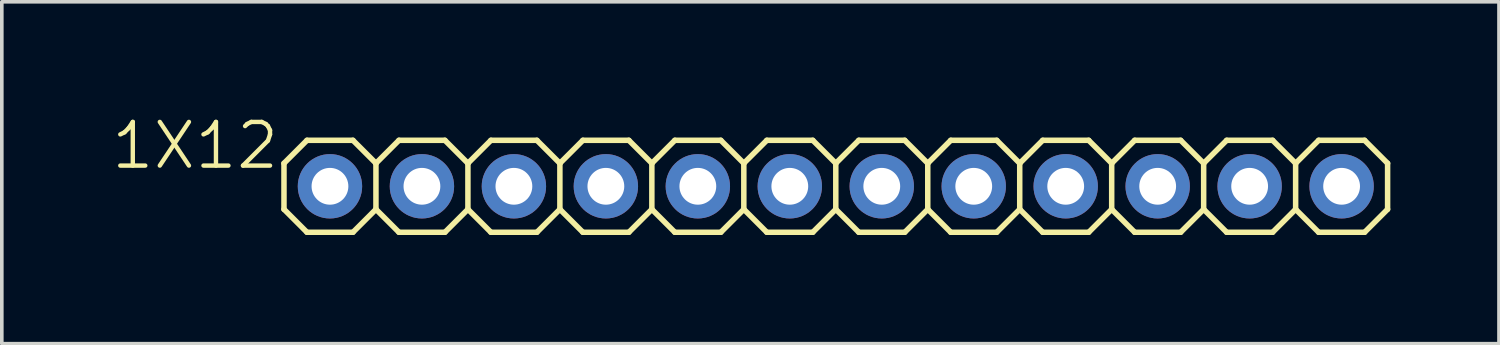
<source format=kicad_pcb>
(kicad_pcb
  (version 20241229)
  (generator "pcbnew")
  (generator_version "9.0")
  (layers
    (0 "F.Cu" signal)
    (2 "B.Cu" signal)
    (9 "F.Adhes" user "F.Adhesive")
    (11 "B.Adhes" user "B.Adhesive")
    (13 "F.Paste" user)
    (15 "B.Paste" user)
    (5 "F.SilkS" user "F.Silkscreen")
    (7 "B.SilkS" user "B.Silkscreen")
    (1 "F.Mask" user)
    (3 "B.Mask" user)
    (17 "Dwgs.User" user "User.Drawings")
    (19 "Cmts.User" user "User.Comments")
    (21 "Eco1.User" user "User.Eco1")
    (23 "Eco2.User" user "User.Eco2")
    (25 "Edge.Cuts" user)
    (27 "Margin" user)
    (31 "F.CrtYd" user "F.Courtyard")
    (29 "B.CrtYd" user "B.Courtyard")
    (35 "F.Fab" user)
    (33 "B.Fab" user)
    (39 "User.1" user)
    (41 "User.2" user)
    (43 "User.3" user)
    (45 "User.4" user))
  (footprint "1X12"
    (layer "F.Cu")
    (at 20.033 2.095)
    (property "Reference" "1X12" (at -15.316 -1.829 180) (layer "F.SilkS") (effects (font (size 1.206 1.206) (thickness 0.121)) (justify right top)))
    (attr through_hole)
    (fp_line (start -15.24 -0.635) (end -15.24 0.635) (stroke (width 0.152) (type solid)) (layer "F.SilkS"))
    (fp_line (start -15.24 0.635) (end -14.605 1.27) (stroke (width 0.152) (type solid)) (layer "F.SilkS"))
    (fp_line (start -14.605 -1.27) (end -15.24 -0.635) (stroke (width 0.152) (type solid)) (layer "F.SilkS"))
    (fp_line (start -14.605 -1.27) (end -13.335 -1.27) (stroke (width 0.152) (type solid)) (layer "F.SilkS"))
    (fp_line (start -13.335 -1.27) (end -12.7 -0.635) (stroke (width 0.152) (type solid)) (layer "F.SilkS"))
    (fp_line (start -13.335 1.27) (end -14.605 1.27) (stroke (width 0.152) (type solid)) (layer "F.SilkS"))
    (fp_line (start -12.7 -0.635) (end -12.7 0.635) (stroke (width 0.152) (type solid)) (layer "F.SilkS"))
    (fp_line (start -12.7 -0.635) (end -12.065 -1.27) (stroke (width 0.152) (type solid)) (layer "F.SilkS"))
    (fp_line (start -12.7 0.635) (end -13.335 1.27) (stroke (width 0.152) (type solid)) (layer "F.SilkS"))
    (fp_line (start -12.065 -1.27) (end -10.795 -1.27) (stroke (width 0.152) (type solid)) (layer "F.SilkS"))
    (fp_line (start -12.065 1.27) (end -12.7 0.635) (stroke (width 0.152) (type solid)) (layer "F.SilkS"))
    (fp_line (start -10.795 -1.27) (end -10.16 -0.635) (stroke (width 0.152) (type solid)) (layer "F.SilkS"))
    (fp_line (start -10.795 1.27) (end -12.065 1.27) (stroke (width 0.152) (type solid)) (layer "F.SilkS"))
    (fp_line (start -10.16 -0.635) (end -10.16 0.635) (stroke (width 0.152) (type solid)) (layer "F.SilkS"))
    (fp_line (start -10.16 -0.635) (end -9.525 -1.27) (stroke (width 0.152) (type solid)) (layer "F.SilkS"))
    (fp_line (start -10.16 0.635) (end -10.795 1.27) (stroke (width 0.152) (type solid)) (layer "F.SilkS"))
    (fp_line (start -9.525 -1.27) (end -8.255 -1.27) (stroke (width 0.152) (type solid)) (layer "F.SilkS"))
    (fp_line (start -9.525 1.27) (end -10.16 0.635) (stroke (width 0.152) (type solid)) (layer "F.SilkS"))
    (fp_line (start -8.255 -1.27) (end -7.62 -0.635) (stroke (width 0.152) (type solid)) (layer "F.SilkS"))
    (fp_line (start -8.255 1.27) (end -9.525 1.27) (stroke (width 0.152) (type solid)) (layer "F.SilkS"))
    (fp_line (start -7.62 -0.635) (end -7.62 0.635) (stroke (width 0.152) (type solid)) (layer "F.SilkS"))
    (fp_line (start -7.62 0.635) (end -8.255 1.27) (stroke (width 0.152) (type solid)) (layer "F.SilkS"))
    (fp_line (start -7.62 0.635) (end -6.985 1.27) (stroke (width 0.152) (type solid)) (layer "F.SilkS"))
    (fp_line (start -6.985 -1.27) (end -7.62 -0.635) (stroke (width 0.152) (type solid)) (layer "F.SilkS"))
    (fp_line (start -6.985 -1.27) (end -5.715 -1.27) (stroke (width 0.152) (type solid)) (layer "F.SilkS"))
    (fp_line (start -5.715 -1.27) (end -5.08 -0.635) (stroke (width 0.152) (type solid)) (layer "F.SilkS"))
    (fp_line (start -5.715 1.27) (end -6.985 1.27) (stroke (width 0.152) (type solid)) (layer "F.SilkS"))
    (fp_line (start -5.08 -0.635) (end -5.08 0.635) (stroke (width 0.152) (type solid)) (layer "F.SilkS"))
    (fp_line (start -5.08 -0.635) (end -4.445 -1.27) (stroke (width 0.152) (type solid)) (layer "F.SilkS"))
    (fp_line (start -5.08 0.635) (end -5.715 1.27) (stroke (width 0.152) (type solid)) (layer "F.SilkS"))
    (fp_line (start -4.445 -1.27) (end -3.175 -1.27) (stroke (width 0.152) (type solid)) (layer "F.SilkS"))
    (fp_line (start -4.445 1.27) (end -5.08 0.635) (stroke (width 0.152) (type solid)) (layer "F.SilkS"))
    (fp_line (start -3.175 -1.27) (end -2.54 -0.635) (stroke (width 0.152) (type solid)) (layer "F.SilkS"))
    (fp_line (start -3.175 1.27) (end -4.445 1.27) (stroke (width 0.152) (type solid)) (layer "F.SilkS"))
    (fp_line (start -2.54 -0.635) (end -2.54 0.635) (stroke (width 0.152) (type solid)) (layer "F.SilkS"))
    (fp_line (start -2.54 -0.635) (end -1.905 -1.27) (stroke (width 0.152) (type solid)) (layer "F.SilkS"))
    (fp_line (start -2.54 0.635) (end -3.175 1.27) (stroke (width 0.152) (type solid)) (layer "F.SilkS"))
    (fp_line (start -1.905 -1.27) (end -0.635 -1.27) (stroke (width 0.152) (type solid)) (layer "F.SilkS"))
    (fp_line (start -1.905 1.27) (end -2.54 0.635) (stroke (width 0.152) (type solid)) (layer "F.SilkS"))
    (fp_line (start -0.635 -1.27) (end 0 -0.635) (stroke (width 0.152) (type solid)) (layer "F.SilkS"))
    (fp_line (start -0.635 1.27) (end -1.905 1.27) (stroke (width 0.152) (type solid)) (layer "F.SilkS"))
    (fp_line (start 0 -0.635) (end 0 0.635) (stroke (width 0.152) (type solid)) (layer "F.SilkS"))
    (fp_line (start 0 0.635) (end -0.635 1.27) (stroke (width 0.152) (type solid)) (layer "F.SilkS"))
    (fp_line (start 0 0.635) (end 0.635 1.27) (stroke (width 0.152) (type solid)) (layer "F.SilkS"))
    (fp_line (start 0.635 -1.27) (end 0 -0.635) (stroke (width 0.152) (type solid)) (layer "F.SilkS"))
    (fp_line (start 0.635 -1.27) (end 1.905 -1.27) (stroke (width 0.152) (type solid)) (layer "F.SilkS"))
    (fp_line (start 1.905 -1.27) (end 2.54 -0.635) (stroke (width 0.152) (type solid)) (layer "F.SilkS"))
    (fp_line (start 1.905 1.27) (end 0.635 1.27) (stroke (width 0.152) (type solid)) (layer "F.SilkS"))
    (fp_line (start 2.54 -0.635) (end 2.54 0.635) (stroke (width 0.152) (type solid)) (layer "F.SilkS"))
    (fp_line (start 2.54 -0.635) (end 3.175 -1.27) (stroke (width 0.152) (type solid)) (layer "F.SilkS"))
    (fp_line (start 2.54 0.635) (end 1.905 1.27) (stroke (width 0.152) (type solid)) (layer "F.SilkS"))
    (fp_line (start 3.175 -1.27) (end 4.445 -1.27) (stroke (width 0.152) (type solid)) (layer "F.SilkS"))
    (fp_line (start 3.175 1.27) (end 2.54 0.635) (stroke (width 0.152) (type solid)) (layer "F.SilkS"))
    (fp_line (start 4.445 -1.27) (end 5.08 -0.635) (stroke (width 0.152) (type solid)) (layer "F.SilkS"))
    (fp_line (start 4.445 1.27) (end 3.175 1.27) (stroke (width 0.152) (type solid)) (layer "F.SilkS"))
    (fp_line (start 5.08 -0.635) (end 5.08 0.635) (stroke (width 0.152) (type solid)) (layer "F.SilkS"))
    (fp_line (start 5.08 -0.635) (end 5.715 -1.27) (stroke (width 0.152) (type solid)) (layer "F.SilkS"))
    (fp_line (start 5.08 0.635) (end 4.445 1.27) (stroke (width 0.152) (type solid)) (layer "F.SilkS"))
    (fp_line (start 5.715 -1.27) (end 6.985 -1.27) (stroke (width 0.152) (type solid)) (layer "F.SilkS"))
    (fp_line (start 5.715 1.27) (end 5.08 0.635) (stroke (width 0.152) (type solid)) (layer "F.SilkS"))
    (fp_line (start 6.985 -1.27) (end 7.62 -0.635) (stroke (width 0.152) (type solid)) (layer "F.SilkS"))
    (fp_line (start 6.985 1.27) (end 5.715 1.27) (stroke (width 0.152) (type solid)) (layer "F.SilkS"))
    (fp_line (start 7.62 -0.635) (end 7.62 0.635) (stroke (width 0.152) (type solid)) (layer "F.SilkS"))
    (fp_line (start 7.62 0.635) (end 6.985 1.27) (stroke (width 0.152) (type solid)) (layer "F.SilkS"))
    (fp_line (start 7.62 0.635) (end 8.255 1.27) (stroke (width 0.152) (type solid)) (layer "F.SilkS"))
    (fp_line (start 8.255 -1.27) (end 7.62 -0.635) (stroke (width 0.152) (type solid)) (layer "F.SilkS"))
    (fp_line (start 8.255 -1.27) (end 9.525 -1.27) (stroke (width 0.152) (type solid)) (layer "F.SilkS"))
    (fp_line (start 9.525 -1.27) (end 10.16 -0.635) (stroke (width 0.152) (type solid)) (layer "F.SilkS"))
    (fp_line (start 9.525 1.27) (end 8.255 1.27) (stroke (width 0.152) (type solid)) (layer "F.SilkS"))
    (fp_line (start 10.16 -0.635) (end 10.16 0.635) (stroke (width 0.152) (type solid)) (layer "F.SilkS"))
    (fp_line (start 10.16 -0.635) (end 10.795 -1.27) (stroke (width 0.152) (type solid)) (layer "F.SilkS"))
    (fp_line (start 10.16 0.635) (end 9.525 1.27) (stroke (width 0.152) (type solid)) (layer "F.SilkS"))
    (fp_line (start 10.795 -1.27) (end 12.065 -1.27) (stroke (width 0.152) (type solid)) (layer "F.SilkS"))
    (fp_line (start 10.795 1.27) (end 10.16 0.635) (stroke (width 0.152) (type solid)) (layer "F.SilkS"))
    (fp_line (start 12.065 -1.27) (end 12.7 -0.635) (stroke (width 0.152) (type solid)) (layer "F.SilkS"))
    (fp_line (start 12.065 1.27) (end 10.795 1.27) (stroke (width 0.152) (type solid)) (layer "F.SilkS"))
    (fp_line (start 12.7 -0.635) (end 12.7 0.635) (stroke (width 0.152) (type solid)) (layer "F.SilkS"))
    (fp_line (start 12.7 -0.635) (end 13.335 -1.27) (stroke (width 0.152) (type solid)) (layer "F.SilkS"))
    (fp_line (start 12.7 0.635) (end 12.065 1.27) (stroke (width 0.152) (type solid)) (layer "F.SilkS"))
    (fp_line (start 13.335 -1.27) (end 14.605 -1.27) (stroke (width 0.152) (type solid)) (layer "F.SilkS"))
    (fp_line (start 13.335 1.27) (end 12.7 0.635) (stroke (width 0.152) (type solid)) (layer "F.SilkS"))
    (fp_line (start 14.605 -1.27) (end 15.24 -0.635) (stroke (width 0.152) (type solid)) (layer "F.SilkS"))
    (fp_line (start 14.605 1.27) (end 13.335 1.27) (stroke (width 0.152) (type solid)) (layer "F.SilkS"))
    (fp_line (start 15.24 -0.635) (end 15.24 0.635) (stroke (width 0.152) (type solid)) (layer "F.SilkS"))
    (fp_line (start 15.24 0.635) (end 14.605 1.27) (stroke (width 0.152) (type solid)) (layer "F.SilkS"))
    (fp_poly (pts (xy -14.224 0.254) (xy -13.716 0.254) (xy -13.716 -0.254) (xy -14.224 -0.254)) (stroke (width 0.1) (type solid)) (fill no) (layer "F.Fab"))
    (fp_poly (pts (xy -11.684 0.254) (xy -11.176 0.254) (xy -11.176 -0.254) (xy -11.684 -0.254)) (stroke (width 0.1) (type solid)) (fill no) (layer "F.Fab"))
    (fp_poly (pts (xy -9.144 0.254) (xy -8.636 0.254) (xy -8.636 -0.254) (xy -9.144 -0.254)) (stroke (width 0.1) (type solid)) (fill no) (layer "F.Fab"))
    (fp_poly (pts (xy -6.604 0.254) (xy -6.096 0.254) (xy -6.096 -0.254) (xy -6.604 -0.254)) (stroke (width 0.1) (type solid)) (fill no) (layer "F.Fab"))
    (fp_poly (pts (xy -4.064 0.254) (xy -3.556 0.254) (xy -3.556 -0.254) (xy -4.064 -0.254)) (stroke (width 0.1) (type solid)) (fill no) (layer "F.Fab"))
    (fp_poly (pts (xy -1.524 0.254) (xy -1.016 0.254) (xy -1.016 -0.254) (xy -1.524 -0.254)) (stroke (width 0.1) (type solid)) (fill no) (layer "F.Fab"))
    (fp_poly (pts (xy 1.016 0.254) (xy 1.524 0.254) (xy 1.524 -0.254) (xy 1.016 -0.254)) (stroke (width 0.1) (type solid)) (fill no) (layer "F.Fab"))
    (fp_poly (pts (xy 3.556 0.254) (xy 4.064 0.254) (xy 4.064 -0.254) (xy 3.556 -0.254)) (stroke (width 0.1) (type solid)) (fill no) (layer "F.Fab"))
    (fp_poly (pts (xy 6.096 0.254) (xy 6.604 0.254) (xy 6.604 -0.254) (xy 6.096 -0.254)) (stroke (width 0.1) (type solid)) (fill no) (layer "F.Fab"))
    (fp_poly (pts (xy 8.636 0.254) (xy 9.144 0.254) (xy 9.144 -0.254) (xy 8.636 -0.254)) (stroke (width 0.1) (type solid)) (fill no) (layer "F.Fab"))
    (fp_poly (pts (xy 11.176 0.254) (xy 11.684 0.254) (xy 11.684 -0.254) (xy 11.176 -0.254)) (stroke (width 0.1) (type solid)) (fill no) (layer "F.Fab"))
    (fp_poly (pts (xy 13.716 0.254) (xy 14.224 0.254) (xy 14.224 -0.254) (xy 13.716 -0.254)) (stroke (width 0.1) (type solid)) (fill no) (layer "F.Fab"))
    (pad "1" thru_hole circle (at -13.97 0 90) (size 1.778 1.778) (drill 1.016) (layers "*.Cu" "*.Mask"))
    (pad "2" thru_hole circle (at -11.43 0 90) (size 1.778 1.778) (drill 1.016) (layers "*.Cu" "*.Mask"))
    (pad "3" thru_hole circle (at -8.89 0 90) (size 1.778 1.778) (drill 1.016) (layers "*.Cu" "*.Mask"))
    (pad "4" thru_hole circle (at -6.35 0 90) (size 1.778 1.778) (drill 1.016) (layers "*.Cu" "*.Mask"))
    (pad "5" thru_hole circle (at -3.81 0 90) (size 1.778 1.778) (drill 1.016) (layers "*.Cu" "*.Mask"))
    (pad "6" thru_hole circle (at -1.27 0 90) (size 1.778 1.778) (drill 1.016) (layers "*.Cu" "*.Mask"))
    (pad "7" thru_hole circle (at 1.27 0 90) (size 1.778 1.778) (drill 1.016) (layers "*.Cu" "*.Mask"))
    (pad "8" thru_hole circle (at 3.81 0 90) (size 1.778 1.778) (drill 1.016) (layers "*.Cu" "*.Mask"))
    (pad "9" thru_hole circle (at 6.35 0 90) (size 1.778 1.778) (drill 1.016) (layers "*.Cu" "*.Mask"))
    (pad "10" thru_hole circle (at 8.89 0 90) (size 1.778 1.778) (drill 1.016) (layers "*.Cu" "*.Mask"))
    (pad "11" thru_hole circle (at 11.43 0 90) (size 1.778 1.778) (drill 1.016) (layers "*.Cu" "*.Mask"))
    (pad "12" thru_hole circle (at 13.97 0 90) (size 1.778 1.778) (drill 1.016) (layers "*.Cu" "*.Mask")))
  (gr_rect
    (start -3 -3)
    (end 38.349 6.442)
    (stroke (width 0.1) (type default))
    (fill no)
    (layer "Edge.Cuts")))
</source>
